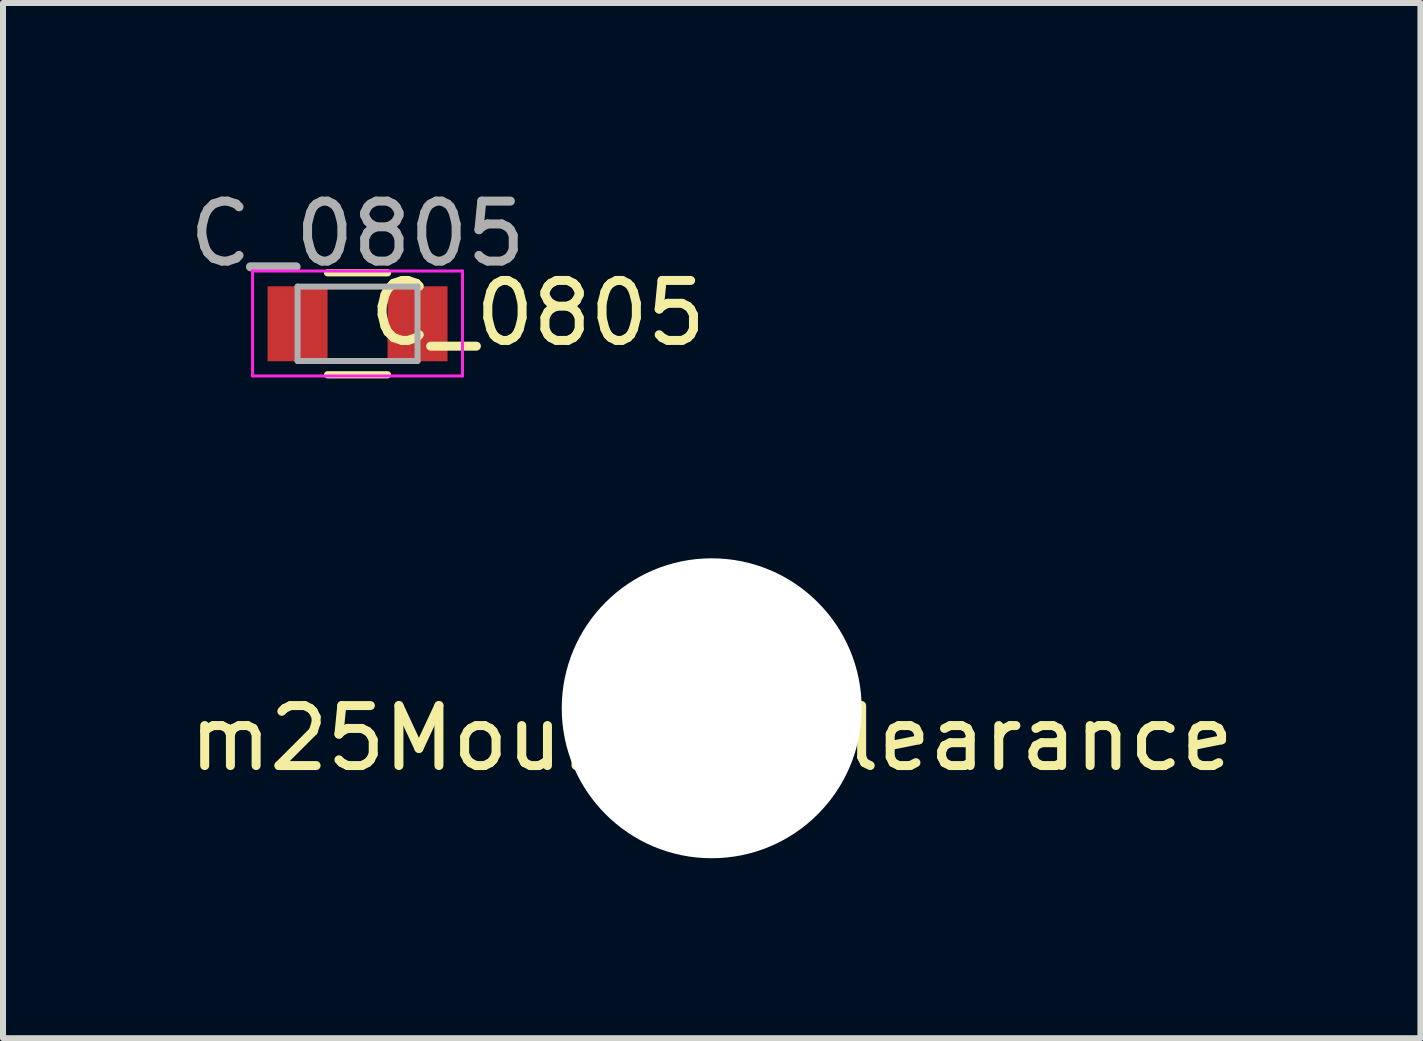
<source format=kicad_pcb>
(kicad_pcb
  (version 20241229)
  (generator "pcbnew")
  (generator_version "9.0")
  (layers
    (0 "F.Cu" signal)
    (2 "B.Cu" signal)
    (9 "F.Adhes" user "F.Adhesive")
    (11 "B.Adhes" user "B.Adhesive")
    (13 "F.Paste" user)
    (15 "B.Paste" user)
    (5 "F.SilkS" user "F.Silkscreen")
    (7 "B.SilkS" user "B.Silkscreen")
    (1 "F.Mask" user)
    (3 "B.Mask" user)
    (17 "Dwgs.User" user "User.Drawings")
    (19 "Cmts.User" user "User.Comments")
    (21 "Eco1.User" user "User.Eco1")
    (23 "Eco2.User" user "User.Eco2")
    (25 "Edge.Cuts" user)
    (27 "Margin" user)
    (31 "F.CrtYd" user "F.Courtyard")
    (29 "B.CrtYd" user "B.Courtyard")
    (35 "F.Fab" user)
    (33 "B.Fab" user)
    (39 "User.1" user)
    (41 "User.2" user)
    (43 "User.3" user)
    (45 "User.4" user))
  (footprint "m25MountingClearance"
    (layer "F.Cu")
    (at 8.815 8.758)
    (property "Reference" "m25MountingClearance" (at 0 0.5 0) (layer "F.SilkS") (effects (font (size 1 1) (thickness 0.15))))
    (attr through_hole)
    (pad "" np_thru_hole circle (at 0 0) (size 5 5) (drill 5) (layers "*.Cu" "*.Mask")))
  (footprint "C_0805"
    (layer "F.Cu")
    (at 2.911 2.348)
    (property "Reference" "C_0805" (at 3.005 -0.177 0) (layer "F.SilkS") (effects (font (size 1 1) (thickness 0.15))))
    (attr smd)
    (fp_line (start -0.5 0.85) (end 0.5 0.85) (stroke (width 0.12) (type solid)) (layer "F.SilkS"))
    (fp_line (start 0.5 -0.85) (end -0.5 -0.85) (stroke (width 0.12) (type solid)) (layer "F.SilkS"))
    (fp_line (start -1.75 -0.88) (end -1.75 0.87) (stroke (width 0.05) (type solid)) (layer "F.CrtYd"))
    (fp_line (start -1.75 -0.88) (end 1.75 -0.88) (stroke (width 0.05) (type solid)) (layer "F.CrtYd"))
    (fp_line (start 1.75 0.87) (end -1.75 0.87) (stroke (width 0.05) (type solid)) (layer "F.CrtYd"))
    (fp_line (start 1.75 0.87) (end 1.75 -0.88) (stroke (width 0.05) (type solid)) (layer "F.CrtYd"))
    (fp_line (start -1 -0.62) (end 1 -0.62) (stroke (width 0.1) (type solid)) (layer "F.Fab"))
    (fp_line (start -1 0.62) (end -1 -0.62) (stroke (width 0.1) (type solid)) (layer "F.Fab"))
    (fp_line (start 1 -0.62) (end 1 0.62) (stroke (width 0.1) (type solid)) (layer "F.Fab"))
    (fp_line (start 1 0.62) (end -1 0.62) (stroke (width 0.1) (type solid)) (layer "F.Fab"))
    (fp_text user "${REFERENCE}" (at 0 -1.5 0) (layer "F.Fab") (effects (font (size 1 1) (thickness 0.15))))
    (pad "1" smd rect (at -1 0) (size 1 1.25) (layers "F.Cu" "F.Mask" "F.Paste"))
    (pad "2" smd rect (at 1 0) (size 1 1.25) (layers "F.Cu" "F.Mask" "F.Paste")))
  (gr_rect
    (start -3 -3)
    (end 20.631 14.258)
    (stroke (width 0.1) (type default))
    (fill no)
    (layer "Edge.Cuts")))
</source>
